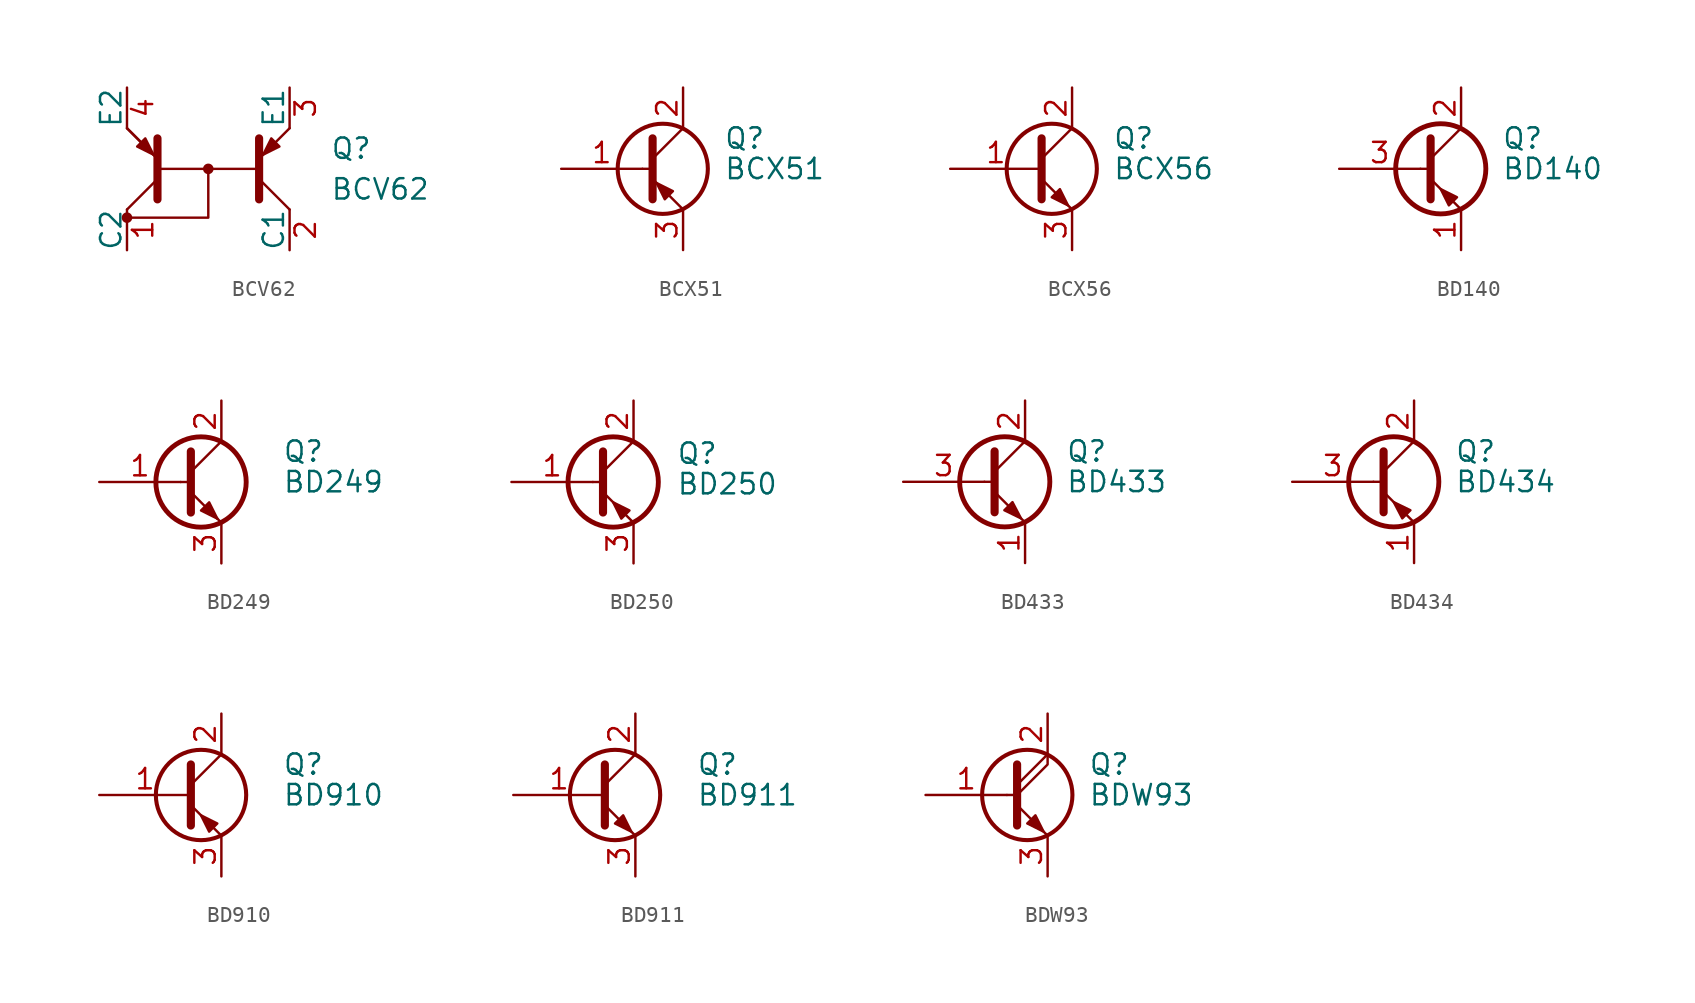
<source format=kicad_sym>
(kicad_symbol_lib
  (version 20220914)
  (generator kicad_symbol_editor)
  (symbol "BCV62"
    (pin_names
      (offset 0))
    (property "Reference" "Q"
      (at 7.62 1.27 0)
      (effects (font (size 1.27 1.27)) (justify left)))
    (property "Value" "BCV62"
      (at 7.62 -1.27 0)
      (effects (font (size 1.27 1.27)) (justify left)))
    (symbol "BCV62_0_1"
      (circle (center -5.08 -3.048) (radius 0.254) (stroke (width 0) (type default)) (fill (type outline)))
      (polyline (pts (xy -5.08 -2.54) (xy -3.175 -0.635)) (stroke (width 0) (type default)) (fill (type none)))
      (polyline (pts (xy -5.08 2.54) (xy -3.175 0.635)) (stroke (width 0) (type default)) (fill (type none)))
      (polyline (pts (xy -5.08 2.54) (xy -3.175 0.635)) (stroke (width 0) (type default)) (fill (type none)))
      (polyline (pts (xy 3.175 0) (xy -3.175 0)) (stroke (width 0) (type default)) (fill (type none)))
      (polyline (pts (xy 5.08 -2.54) (xy 3.175 -0.635)) (stroke (width 0) (type default)) (fill (type none)))
      (polyline (pts (xy 5.08 2.54) (xy 3.175 0.635)) (stroke (width 0) (type default)) (fill (type none)))
      (polyline (pts (xy -3.175 -1.905) (xy -3.175 1.905) (xy -3.175 1.905)) (stroke (width 0.508) (type default)) (fill (type outline)))
      (polyline (pts (xy 0 0) (xy 0 -3.048) (xy -5.08 -3.048)) (stroke (width 0) (type default)) (fill (type none)))
      (polyline (pts (xy 3.175 -1.905) (xy 3.175 1.905) (xy 3.175 1.905)) (stroke (width 0.508) (type default)) (fill (type outline)))
      (polyline (pts (xy -3.937 1.905) (xy -4.445 1.397) (xy -3.429 0.889) (xy -3.937 1.905) (xy -3.937 1.905)) (stroke (width 0) (type default)) (fill (type outline)))
      (polyline (pts (xy 3.937 1.905) (xy 4.445 1.397) (xy 3.429 0.889) (xy 3.937 1.905) (xy 3.937 1.905)) (stroke (width 0) (type default)) (fill (type outline)))
      (circle (center 0 0) (radius 0.254) (stroke (width 0) (type default)) (fill (type outline))))
    (symbol "BCV62_1_1"
      (pin passive line (at -5.08 -5.08 90) (length 2.54) (name "C2" (effects (font (size 1.27 1.27)))) (number "1" (effects (font (size 1.27 1.27)))))
      (pin passive line (at 5.08 -5.08 90) (length 2.54) (name "C1" (effects (font (size 1.27 1.27)))) (number "2" (effects (font (size 1.27 1.27)))))
      (pin passive line (at 5.08 5.08 270) (length 2.54) (name "E1" (effects (font (size 1.27 1.27)))) (number "3" (effects (font (size 1.27 1.27)))))
      (pin passive line (at -5.08 5.08 270) (length 2.54) (name "E2" (effects (font (size 1.27 1.27)))) (number "4" (effects (font (size 1.27 1.27)))))))
  (symbol "BCX51"
    (pin_names
      (offset 0) hide)
    (property "Reference" "Q"
      (at 5.08 1.905 0)
      (effects (font (size 1.27 1.27)) (justify left)))
    (property "Value" "BCX51"
      (at 5.08 0 0)
      (effects (font (size 1.27 1.27)) (justify left)))
    (symbol "BCX51_0_1"
      (polyline (pts (xy 0 0) (xy 0.635 0)) (stroke (width 0) (type default)) (fill (type none)))
      (polyline (pts (xy 2.54 -2.54) (xy 0.635 -0.635)) (stroke (width 0) (type default)) (fill (type none)))
      (polyline (pts (xy 2.54 2.54) (xy 0.635 0.635)) (stroke (width 0) (type default)) (fill (type none)))
      (polyline (pts (xy 0.635 1.905) (xy 0.635 -1.905) (xy 0.635 -1.905)) (stroke (width 0.508) (type default)) (fill (type outline)))
      (polyline (pts (xy 1.397 -1.905) (xy 1.905 -1.397) (xy 0.889 -0.889) (xy 1.397 -1.905) (xy 1.397 -1.905)) (stroke (width 0) (type default)) (fill (type outline)))
      (circle (center 1.27 0) (radius 2.819) (stroke (width 0.254) (type default)) (fill (type none))))
    (symbol "BCX51_1_1"
      (pin input line (at -5.08 0 0) (length 5.08) (name "B" (effects (font (size 1.27 1.27)))) (number "1" (effects (font (size 1.27 1.27)))))
      (pin passive line (at 2.54 5.08 270) (length 2.54) (name "C" (effects (font (size 1.27 1.27)))) (number "2" (effects (font (size 1.27 1.27)))))
      (pin passive line (at 2.54 -5.08 90) (length 2.54) (name "E" (effects (font (size 1.27 1.27)))) (number "3" (effects (font (size 1.27 1.27)))))))
  (symbol "BCX56"
    (pin_names
      (offset 0) hide)
    (property "Reference" "Q"
      (at 5.08 1.905 0)
      (effects (font (size 1.27 1.27)) (justify left)))
    (property "Value" "BCX56"
      (at 5.08 0 0)
      (effects (font (size 1.27 1.27)) (justify left)))
    (symbol "BCX56_0_1"
      (polyline (pts (xy 0.635 0.635) (xy 2.54 2.54)) (stroke (width 0) (type default)) (fill (type none)))
      (polyline (pts (xy 0.635 -0.635) (xy 2.54 -2.54) (xy 2.54 -2.54)) (stroke (width 0) (type default)) (fill (type none)))
      (polyline (pts (xy 0.635 1.905) (xy 0.635 -1.905) (xy 0.635 -1.905)) (stroke (width 0.508) (type default)) (fill (type none)))
      (polyline (pts (xy 1.27 -1.778) (xy 1.778 -1.27) (xy 2.286 -2.286) (xy 1.27 -1.778) (xy 1.27 -1.778)) (stroke (width 0) (type default)) (fill (type outline)))
      (circle (center 1.27 0) (radius 2.819) (stroke (width 0.254) (type default)) (fill (type none))))
    (symbol "BCX56_1_1"
      (pin input line (at -5.08 0 0) (length 5.715) (name "B" (effects (font (size 1.27 1.27)))) (number "1" (effects (font (size 1.27 1.27)))))
      (pin passive line (at 2.54 5.08 270) (length 2.54) (name "C" (effects (font (size 1.27 1.27)))) (number "2" (effects (font (size 1.27 1.27)))))
      (pin passive line (at 2.54 -5.08 90) (length 2.54) (name "E" (effects (font (size 1.27 1.27)))) (number "3" (effects (font (size 1.27 1.27)))))))
  (symbol "BD140"
    (pin_names
      (offset 0) hide)
    (property "Reference" "Q"
      (at 5.08 1.905 0)
      (effects (font (size 1.27 1.27)) (justify left)))
    (property "Value" "BD140"
      (at 5.08 0 0)
      (effects (font (size 1.27 1.27)) (justify left)))
    (symbol "BD140_0_1"
      (polyline (pts (xy 0 0) (xy 0.635 0)) (stroke (width 0) (type default)) (fill (type none)))
      (polyline (pts (xy 2.54 -2.54) (xy 0.635 -0.635)) (stroke (width 0) (type default)) (fill (type none)))
      (polyline (pts (xy 2.54 2.54) (xy 0.635 0.635)) (stroke (width 0) (type default)) (fill (type none)))
      (polyline (pts (xy 0.635 1.905) (xy 0.635 -1.905) (xy 0.635 -1.905)) (stroke (width 0.508) (type default)) (fill (type outline)))
      (polyline (pts (xy 1.778 -2.286) (xy 2.286 -1.778) (xy 1.27 -1.27) (xy 1.778 -2.286) (xy 1.778 -2.286)) (stroke (width 0) (type default)) (fill (type outline)))
      (circle (center 1.27 0) (radius 2.819) (stroke (width 0.305) (type default)) (fill (type none))))
    (symbol "BD140_1_1"
      (pin passive line (at 2.54 -5.08 90) (length 2.54) (name "E" (effects (font (size 1.27 1.27)))) (number "1" (effects (font (size 1.27 1.27)))))
      (pin passive line (at 2.54 5.08 270) (length 2.54) (name "C" (effects (font (size 1.27 1.27)))) (number "2" (effects (font (size 1.27 1.27)))))
      (pin input line (at -5.08 0 0) (length 5.08) (name "B" (effects (font (size 1.27 1.27)))) (number "3" (effects (font (size 1.27 1.27)))))))
  (symbol "BD249"
    (pin_names
      (offset 0) hide)
    (property "Reference" "Q"
      (at 6.35 1.905 0)
      (effects (font (size 1.27 1.27)) (justify left)))
    (property "Value" "BD249"
      (at 6.35 0 0)
      (effects (font (size 1.27 1.27)) (justify left)))
    (symbol "BD249_0_1"
      (polyline (pts (xy 0 0) (xy 0.635 0)) (stroke (width 0) (type default)) (fill (type none)))
      (polyline (pts (xy 2.54 2.54) (xy 0.635 0.635)) (stroke (width 0) (type default)) (fill (type none)))
      (polyline (pts (xy 0.635 1.905) (xy 0.635 -1.905) (xy 0.635 -1.905)) (stroke (width 0.508) (type default)) (fill (type none)))
      (polyline (pts (xy 2.286 -2.286) (xy 1.778 -1.778) (xy 1.778 -1.778)) (stroke (width 0) (type default)) (fill (type none)))
      (polyline (pts (xy 2.54 -2.54) (xy 0.635 -0.635) (xy 1.27 -1.27)) (stroke (width 0) (type default)) (fill (type outline)))
      (polyline (pts (xy 1.27 -1.778) (xy 1.778 -1.27) (xy 2.286 -2.286) (xy 1.27 -1.778) (xy 1.27 -1.778)) (stroke (width 0) (type default)) (fill (type outline)))
      (circle (center 1.27 0) (radius 2.819) (stroke (width 0.305) (type default)) (fill (type none))))
    (symbol "BD249_1_1"
      (pin input line (at -5.08 0 0) (length 5.08) (name "B" (effects (font (size 1.27 1.27)))) (number "1" (effects (font (size 1.27 1.27)))))
      (pin passive line (at 2.54 5.08 270) (length 2.54) (name "C" (effects (font (size 1.27 1.27)))) (number "2" (effects (font (size 1.27 1.27)))))
      (pin passive line (at 2.54 -5.08 90) (length 2.54) (name "E" (effects (font (size 1.27 1.27)))) (number "3" (effects (font (size 1.27 1.27)))))))
  (symbol "BD250"
    (pin_names
      (offset 0) hide)
    (property "Reference" "Q"
      (at 5.207 1.778 0)
      (effects (font (size 1.27 1.27)) (justify left)))
    (property "Value" "BD250"
      (at 5.207 -0.127 0)
      (effects (font (size 1.27 1.27)) (justify left)))
    (symbol "BD250_0_1"
      (polyline (pts (xy 0 0) (xy 0.635 0)) (stroke (width 0) (type default)) (fill (type none)))
      (polyline (pts (xy 2.54 2.54) (xy 0.635 0.635)) (stroke (width 0) (type default)) (fill (type none)))
      (polyline (pts (xy 0.635 -0.635) (xy 2.54 -2.54) (xy 2.54 -2.54)) (stroke (width 0) (type default)) (fill (type none)))
      (polyline (pts (xy 0.635 1.905) (xy 0.635 -1.905) (xy 0.635 -1.905)) (stroke (width 0.508) (type default)) (fill (type none)))
      (polyline (pts (xy 1.778 -2.286) (xy 2.286 -1.778) (xy 1.27 -1.27) (xy 1.778 -2.286) (xy 1.778 -2.286)) (stroke (width 0) (type default)) (fill (type outline)))
      (circle (center 1.27 0) (radius 2.819) (stroke (width 0.305) (type default)) (fill (type none))))
    (symbol "BD250_1_1"
      (pin input line (at -5.08 0 0) (length 5.08) (name "B" (effects (font (size 1.27 1.27)))) (number "1" (effects (font (size 1.27 1.27)))))
      (pin passive line (at 2.54 5.08 270) (length 2.54) (name "C" (effects (font (size 1.27 1.27)))) (number "2" (effects (font (size 1.27 1.27)))))
      (pin passive line (at 2.54 -5.08 90) (length 2.54) (name "E" (effects (font (size 1.27 1.27)))) (number "3" (effects (font (size 1.27 1.27)))))))
  (symbol "BD433"
    (pin_names
      (offset 0) hide)
    (property "Reference" "Q"
      (at 5.08 1.905 0)
      (effects (font (size 1.27 1.27)) (justify left)))
    (property "Value" "BD433"
      (at 5.08 0 0)
      (effects (font (size 1.27 1.27)) (justify left)))
    (symbol "BD433_0_1"
      (polyline (pts (xy 0 0) (xy 0.635 0)) (stroke (width 0) (type default)) (fill (type none)))
      (polyline (pts (xy 2.54 -2.54) (xy 0.635 -0.635)) (stroke (width 0) (type default)) (fill (type none)))
      (polyline (pts (xy 2.54 2.54) (xy 0.635 0.635)) (stroke (width 0) (type default)) (fill (type none)))
      (polyline (pts (xy 0.635 1.905) (xy 0.635 -1.905) (xy 0.635 -1.905)) (stroke (width 0.508) (type default)) (fill (type outline)))
      (polyline (pts (xy 1.245 -1.778) (xy 1.753 -1.27) (xy 2.286 -2.286) (xy 1.245 -1.778) (xy 1.245 -1.778)) (stroke (width 0) (type default)) (fill (type outline)))
      (circle (center 1.27 0) (radius 2.819) (stroke (width 0.305) (type default)) (fill (type none))))
    (symbol "BD433_1_1"
      (pin passive line (at 2.54 -5.08 90) (length 2.54) (name "E" (effects (font (size 1.27 1.27)))) (number "1" (effects (font (size 1.27 1.27)))))
      (pin passive line (at 2.54 5.08 270) (length 2.54) (name "C" (effects (font (size 1.27 1.27)))) (number "2" (effects (font (size 1.27 1.27)))))
      (pin input line (at -5.08 0 0) (length 5.08) (name "B" (effects (font (size 1.27 1.27)))) (number "3" (effects (font (size 1.27 1.27)))))))
  (symbol "BD434"
    (pin_names
      (offset 0) hide)
    (property "Reference" "Q"
      (at 5.08 1.905 0)
      (effects (font (size 1.27 1.27)) (justify left)))
    (property "Value" "BD434"
      (at 5.08 0 0)
      (effects (font (size 1.27 1.27)) (justify left)))
    (symbol "BD434_0_1"
      (polyline (pts (xy 0 0) (xy 0.635 0)) (stroke (width 0) (type default)) (fill (type none)))
      (polyline (pts (xy 2.54 -2.54) (xy 0.635 -0.635)) (stroke (width 0) (type default)) (fill (type none)))
      (polyline (pts (xy 2.54 2.54) (xy 0.635 0.635)) (stroke (width 0) (type default)) (fill (type none)))
      (polyline (pts (xy 0.635 1.905) (xy 0.635 -1.905) (xy 0.635 -1.905)) (stroke (width 0.508) (type default)) (fill (type outline)))
      (polyline (pts (xy 2.311 -1.778) (xy 1.803 -2.286) (xy 1.27 -1.27) (xy 2.311 -1.778) (xy 2.311 -1.778)) (stroke (width 0) (type default)) (fill (type outline)))
      (circle (center 1.27 0) (radius 2.819) (stroke (width 0.305) (type default)) (fill (type none))))
    (symbol "BD434_1_1"
      (pin passive line (at 2.54 -5.08 90) (length 2.54) (name "E" (effects (font (size 1.27 1.27)))) (number "1" (effects (font (size 1.27 1.27)))))
      (pin passive line (at 2.54 5.08 270) (length 2.54) (name "C" (effects (font (size 1.27 1.27)))) (number "2" (effects (font (size 1.27 1.27)))))
      (pin input line (at -5.08 0 0) (length 5.08) (name "B" (effects (font (size 1.27 1.27)))) (number "3" (effects (font (size 1.27 1.27)))))))
  (symbol "BD910"
    (pin_names
      (offset 0) hide)
    (property "Reference" "Q"
      (at 6.35 1.905 0)
      (effects (font (size 1.27 1.27)) (justify left)))
    (property "Value" "BD910"
      (at 6.35 0 0)
      (effects (font (size 1.27 1.27)) (justify left)))
    (symbol "BD910_0_1"
      (polyline (pts (xy 0.635 0.635) (xy 2.54 2.54)) (stroke (width 0) (type default)) (fill (type none)))
      (polyline (pts (xy 0.635 -0.635) (xy 2.54 -2.54) (xy 2.54 -2.54)) (stroke (width 0) (type default)) (fill (type none)))
      (polyline (pts (xy 0.635 1.905) (xy 0.635 -1.905) (xy 0.635 -1.905)) (stroke (width 0.508) (type default)) (fill (type none)))
      (polyline (pts (xy 2.286 -1.778) (xy 1.778 -2.286) (xy 1.27 -1.27) (xy 2.286 -1.778) (xy 2.286 -1.778)) (stroke (width 0) (type default)) (fill (type outline)))
      (circle (center 1.27 0) (radius 2.819) (stroke (width 0.254) (type default)) (fill (type none))))
    (symbol "BD910_1_1"
      (pin input line (at -5.08 0 0) (length 5.715) (name "B" (effects (font (size 1.27 1.27)))) (number "1" (effects (font (size 1.27 1.27)))))
      (pin passive line (at 2.54 5.08 270) (length 2.54) (name "C" (effects (font (size 1.27 1.27)))) (number "2" (effects (font (size 1.27 1.27)))))
      (pin passive line (at 2.54 -5.08 90) (length 2.54) (name "E" (effects (font (size 1.27 1.27)))) (number "3" (effects (font (size 1.27 1.27)))))))
  (symbol "BD911"
    (pin_names
      (offset 0) hide)
    (property "Reference" "Q"
      (at 6.35 1.905 0)
      (effects (font (size 1.27 1.27)) (justify left)))
    (property "Value" "BD911"
      (at 6.35 0 0)
      (effects (font (size 1.27 1.27)) (justify left)))
    (symbol "BD911_0_1"
      (polyline (pts (xy 0.635 0.635) (xy 2.54 2.54)) (stroke (width 0) (type default)) (fill (type none)))
      (polyline (pts (xy 0.635 -0.635) (xy 2.54 -2.54) (xy 2.54 -2.54)) (stroke (width 0) (type default)) (fill (type none)))
      (polyline (pts (xy 0.635 1.905) (xy 0.635 -1.905) (xy 0.635 -1.905)) (stroke (width 0.508) (type default)) (fill (type none)))
      (polyline (pts (xy 1.27 -1.778) (xy 1.778 -1.27) (xy 2.286 -2.286) (xy 1.27 -1.778) (xy 1.27 -1.778)) (stroke (width 0) (type default)) (fill (type outline)))
      (circle (center 1.27 0) (radius 2.819) (stroke (width 0.254) (type default)) (fill (type none))))
    (symbol "BD911_1_1"
      (pin input line (at -5.08 0 0) (length 5.715) (name "B" (effects (font (size 1.27 1.27)))) (number "1" (effects (font (size 1.27 1.27)))))
      (pin passive line (at 2.54 5.08 270) (length 2.54) (name "C" (effects (font (size 1.27 1.27)))) (number "2" (effects (font (size 1.27 1.27)))))
      (pin passive line (at 2.54 -5.08 90) (length 2.54) (name "E" (effects (font (size 1.27 1.27)))) (number "3" (effects (font (size 1.27 1.27)))))))
  (symbol "BDW93"
    (pin_names
      (offset 0) hide)
    (property "Reference" "Q"
      (at 5.08 1.905 0)
      (effects (font (size 1.27 1.27)) (justify left)))
    (property "Value" "BDW93"
      (at 5.08 0 0)
      (effects (font (size 1.27 1.27)) (justify left)))
    (symbol "BDW93_0_1"
      (polyline (pts (xy 0.635 0.635) (xy 2.54 2.54)) (stroke (width 0) (type default)) (fill (type none)))
      (polyline (pts (xy 0.635 -0.635) (xy 2.54 -2.54) (xy 2.54 -2.54)) (stroke (width 0) (type default)) (fill (type none)))
      (polyline (pts (xy 0.635 0) (xy 2.54 1.905) (xy 2.54 2.54)) (stroke (width 0) (type default)) (fill (type none)))
      (polyline (pts (xy 0.635 1.905) (xy 0.635 -1.905) (xy 0.635 -1.905)) (stroke (width 0.508) (type default)) (fill (type none)))
      (polyline (pts (xy 1.27 -1.778) (xy 1.778 -1.27) (xy 2.286 -2.286) (xy 1.27 -1.778) (xy 1.27 -1.778)) (stroke (width 0) (type default)) (fill (type outline)))
      (circle (center 1.27 0) (radius 2.819) (stroke (width 0.254) (type default)) (fill (type none))))
    (symbol "BDW93_1_1"
      (polyline (pts (xy 0 0) (xy 0.508 0)) (stroke (width 0) (type default)) (fill (type none)))
      (pin input line (at -5.08 0 0) (length 5.08) (name "B" (effects (font (size 1.27 1.27)))) (number "1" (effects (font (size 1.27 1.27)))))
      (pin passive line (at 2.54 5.08 270) (length 2.54) (name "C" (effects (font (size 1.27 1.27)))) (number "2" (effects (font (size 1.27 1.27)))))
      (pin passive line (at 2.54 -5.08 90) (length 2.54) (name "E" (effects (font (size 1.27 1.27)))) (number "3" (effects (font (size 1.27 1.27))))))))
</source>
